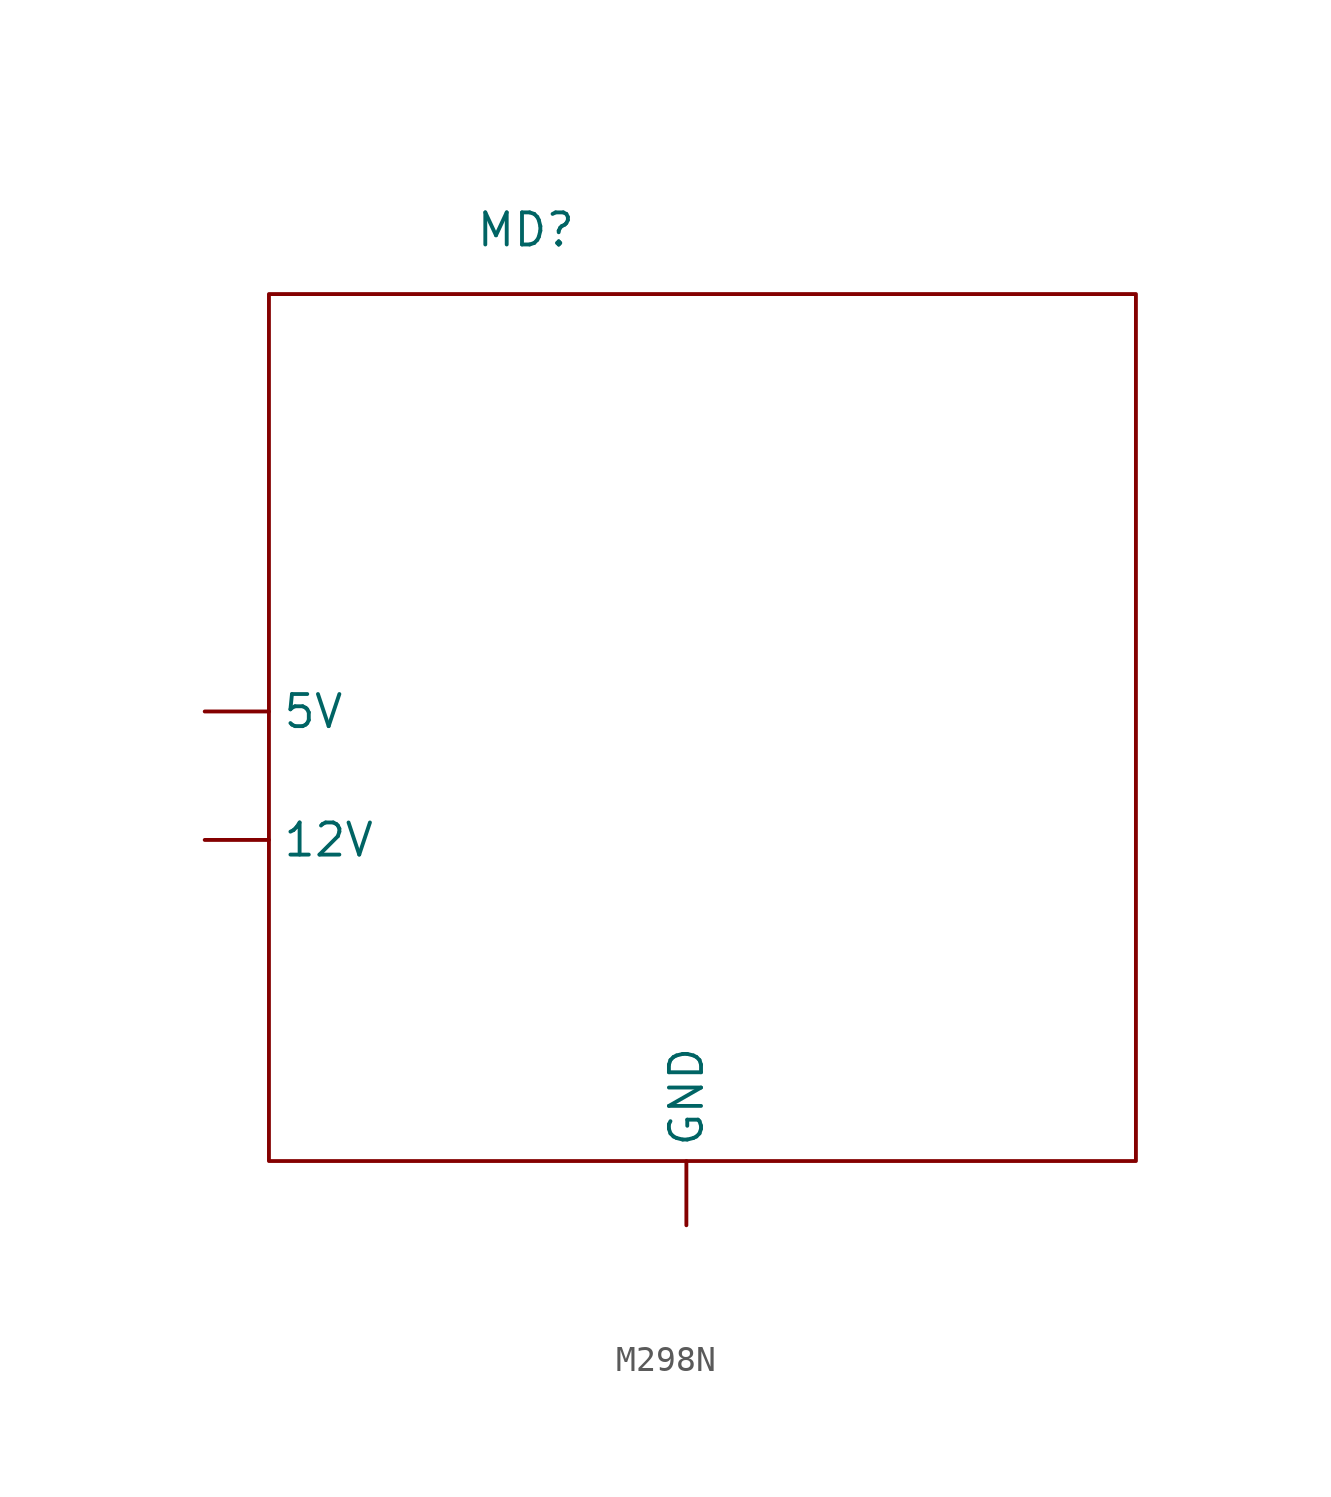
<source format=kicad_sym>
(kicad_symbol_lib
  (version 20231120)
  (generator "kicad_symbol_editor")
  (generator_version "8.0")
  (symbol "M298N"
    (property "Reference" "MD"
      (at 0 0 0)
      (effects (font (size 1.27 1.27))))
    (property "Value" ""
      (at 0 0 0)
      (effects (font (size 1.27 1.27))))
    (symbol "M298N_0_1"
      (rectangle (start -10.16 -2.54) (end 24.13 -36.83) (stroke (width 0) (type default)) (fill (type none))))
    (symbol "M298N_1_1"
      (pin input line (at -12.7 -24.13 0) (length 2.54) (name "12V" (effects (font (size 1.27 1.27)))) (number "" (effects (font (size 1.27 1.27)))))
      (pin input line (at -12.7 -19.05 0) (length 2.54) (name "5V" (effects (font (size 1.27 1.27)))) (number "" (effects (font (size 1.27 1.27)))))
      (pin input line (at 6.35 -39.37 90) (length 2.54) (name "GND" (effects (font (size 1.27 1.27)))) (number "" (effects (font (size 1.27 1.27))))))))
</source>
